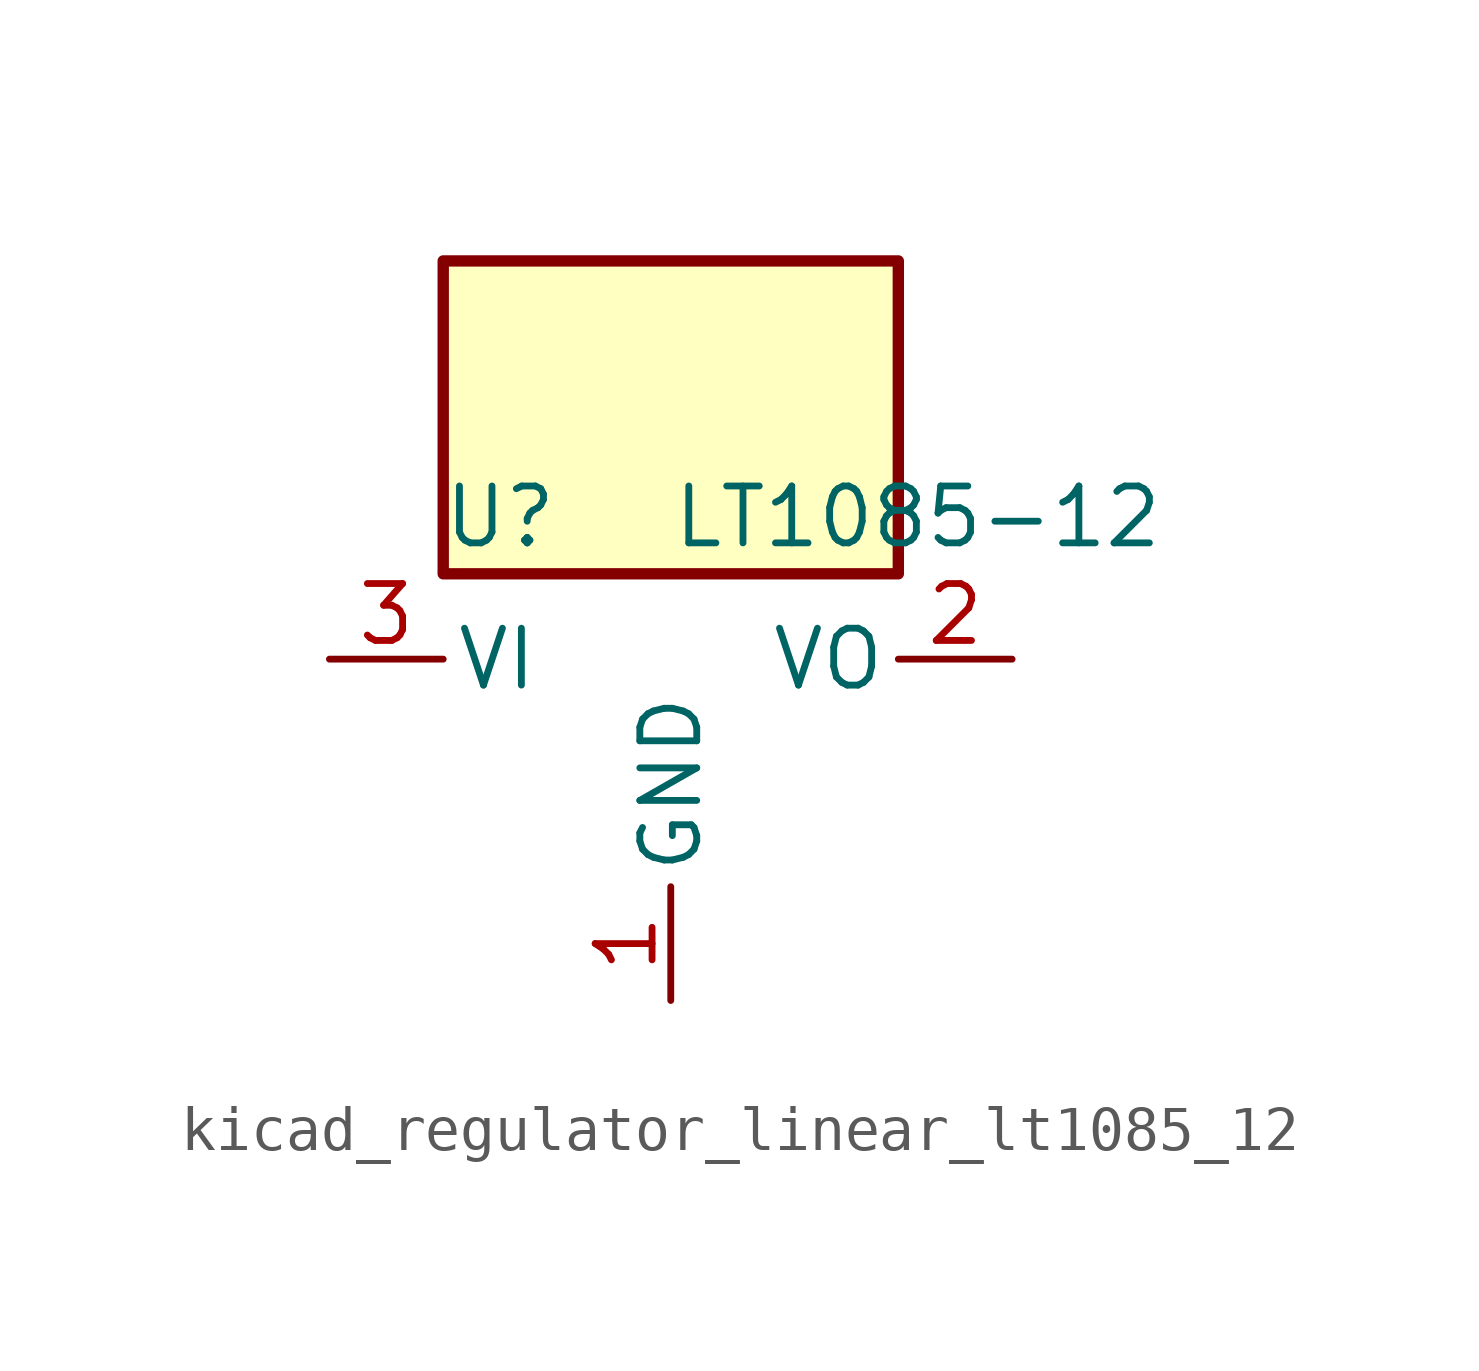
<source format=kicad_sym>
(kicad_symbol_lib
  (version 20220914)
  (generator kicad_symbol_editor)
  (symbol "kicad_regulator_linear_lt1085_12"
    (pin_names
      (offset 0.254))
    (property "Reference" "U"
      (at -3.81 3.175 0)
      (effects (font (size 1.27 1.27))))
    (property "Value" "LT1085-12"
      (at 0 3.175 0)
      (effects (font (size 1.27 1.27)) (justify left)))
    (symbol "kicad_regulator_linear_lt1085_12_0_1"
      (rectangle (start 5.08 8.89) (end -5.08 1.905) (stroke (width 0.254) (type default)) (fill (type background))))
    (symbol "kicad_regulator_linear_lt1085_12_1_1"
      (pin power_in line (at 0 -7.62 90) (length 2.54) (name "GND" (effects (font (size 1.27 1.27)))) (number "1" (effects (font (size 1.27 1.27)))))
      (pin power_out line (at 7.62 0 180) (length 2.54) (name "VO" (effects (font (size 1.27 1.27)))) (number "2" (effects (font (size 1.27 1.27)))))
      (pin power_in line (at -7.62 0 0) (length 2.54) (name "VI" (effects (font (size 1.27 1.27)))) (number "3" (effects (font (size 1.27 1.27))))))))
</source>
